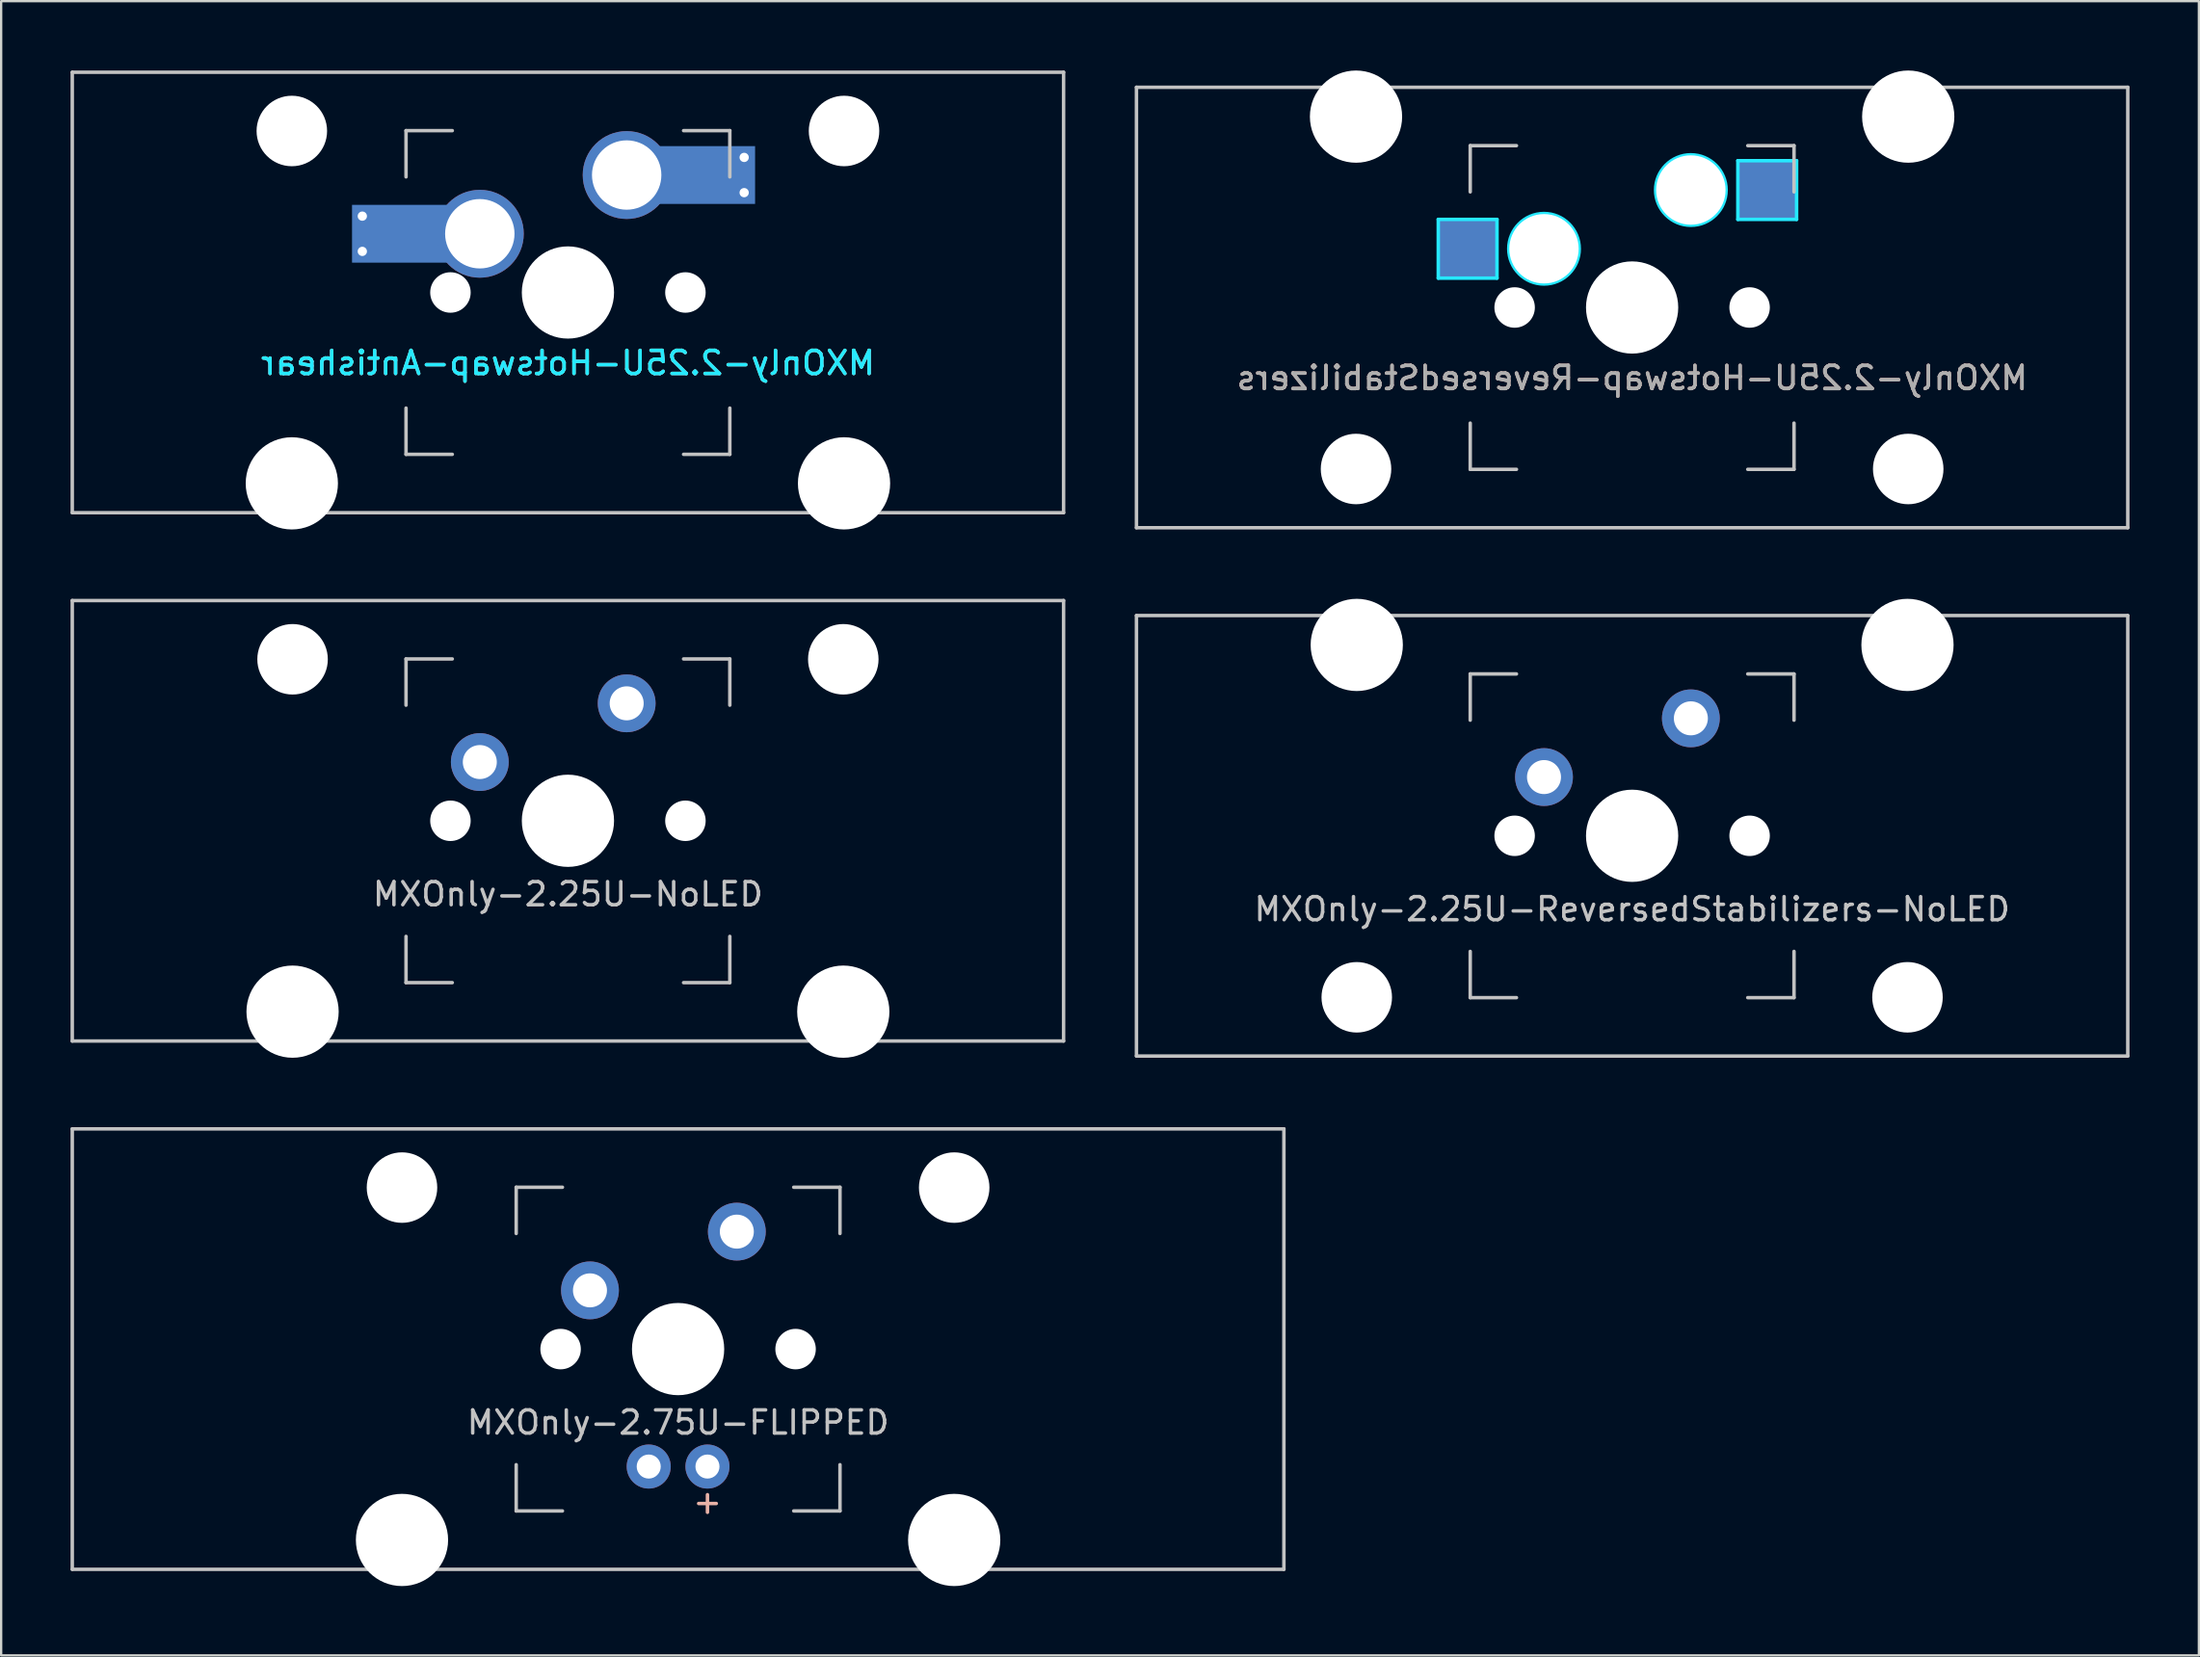
<source format=kicad_pcb>
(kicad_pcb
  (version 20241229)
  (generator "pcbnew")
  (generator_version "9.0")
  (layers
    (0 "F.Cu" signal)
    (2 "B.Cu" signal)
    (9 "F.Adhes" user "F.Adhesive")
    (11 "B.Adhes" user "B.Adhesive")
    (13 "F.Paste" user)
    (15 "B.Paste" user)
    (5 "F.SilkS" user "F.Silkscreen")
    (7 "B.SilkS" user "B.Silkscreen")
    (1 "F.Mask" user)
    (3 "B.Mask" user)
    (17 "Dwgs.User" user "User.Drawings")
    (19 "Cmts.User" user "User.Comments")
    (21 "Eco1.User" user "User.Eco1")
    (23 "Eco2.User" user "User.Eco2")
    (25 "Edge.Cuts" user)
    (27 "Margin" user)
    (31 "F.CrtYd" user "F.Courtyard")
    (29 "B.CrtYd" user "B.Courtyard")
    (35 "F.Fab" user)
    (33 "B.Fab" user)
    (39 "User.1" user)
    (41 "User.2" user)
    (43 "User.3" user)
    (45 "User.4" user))
  (footprint "MXOnly-2.75U-FLIPPED"
    (layer "F.Cu")
    (at 26.269 55.298)
    (property "Reference" "MXOnly-2.75U-FLIPPED" (at 0 3.175 0) (layer "Dwgs.User") (effects (font (size 1 1) (thickness 0.15))))
    (attr through_hole)
    (fp_line (start -26.194 -9.525) (end 26.194 -9.525) (stroke (width 0.15) (type solid)) (layer "Dwgs.User"))
    (fp_line (start -26.194 9.525) (end -26.194 -9.525) (stroke (width 0.15) (type solid)) (layer "Dwgs.User"))
    (fp_line (start -26.194 9.525) (end 26.194 9.525) (stroke (width 0.15) (type solid)) (layer "Dwgs.User"))
    (fp_line (start -7 -7) (end -7 -5) (stroke (width 0.15) (type solid)) (layer "Dwgs.User"))
    (fp_line (start -7 5) (end -7 7) (stroke (width 0.15) (type solid)) (layer "Dwgs.User"))
    (fp_line (start -7 7) (end -5 7) (stroke (width 0.15) (type solid)) (layer "Dwgs.User"))
    (fp_line (start -5 -7) (end -7 -7) (stroke (width 0.15) (type solid)) (layer "Dwgs.User"))
    (fp_line (start 5 -7) (end 7 -7) (stroke (width 0.15) (type solid)) (layer "Dwgs.User"))
    (fp_line (start 5 7) (end 7 7) (stroke (width 0.15) (type solid)) (layer "Dwgs.User"))
    (fp_line (start 7 -7) (end 7 -5) (stroke (width 0.15) (type solid)) (layer "Dwgs.User"))
    (fp_line (start 7 7) (end 7 5) (stroke (width 0.15) (type solid)) (layer "Dwgs.User"))
    (fp_line (start 26.194 -9.525) (end 26.194 9.525) (stroke (width 0.15) (type solid)) (layer "Dwgs.User"))
    (fp_text user "+" (at 1.27 6.604 0) (layer "B.SilkS") (effects (font (size 1 1) (thickness 0.15))))
    (pad "" np_thru_hole circle (at -11.938 -6.985) (size 3.048 3.048) (drill 3.048) (layers "*.Cu" "*.Mask"))
    (pad "" np_thru_hole circle (at -11.938 8.255) (size 3.988 3.988) (drill 3.988) (layers "*.Cu" "*.Mask"))
    (pad "" np_thru_hole circle (at -5.08 0 48.1) (size 1.75 1.75) (drill 1.75) (layers "*.Cu" "*.Mask"))
    (pad "" np_thru_hole circle (at 0 0) (size 3.988 3.988) (drill 3.988) (layers "*.Cu" "*.Mask"))
    (pad "" np_thru_hole circle (at 5.08 0 48.1) (size 1.75 1.75) (drill 1.75) (layers "*.Cu" "*.Mask"))
    (pad "" np_thru_hole circle (at 11.938 -6.985) (size 3.048 3.048) (drill 3.048) (layers "*.Cu" "*.Mask"))
    (pad "" np_thru_hole circle (at 11.938 8.255) (size 3.988 3.988) (drill 3.988) (layers "*.Cu" "*.Mask"))
    (pad "1" thru_hole circle (at -3.81 -2.54) (size 2.5 2.5) (drill 1.47) (layers "*.Cu" "*.Mask"))
    (pad "2" thru_hole circle (at 2.54 -5.08) (size 2.5 2.5) (drill 1.47) (layers "*.Cu" "*.Mask"))
    (pad "3" thru_hole circle (at 1.27 5.08) (size 1.905 1.905) (drill 1.04) (layers "*.Cu" "*.Mask"))
    (pad "4" thru_hole circle (at -1.27 5.08) (size 1.905 1.905) (drill 1.04) (layers "*.Cu" "*.Mask")))
  (footprint "MXOnly-2.25U-ReversedStabilizers-NoLED"
    (layer "F.Cu")
    (at 67.519 33.098)
    (property "Reference" "MXOnly-2.25U-ReversedStabilizers-NoLED" (at 0 3.175 0) (layer "Dwgs.User") (effects (font (size 1 1) (thickness 0.15))))
    (attr through_hole)
    (fp_line (start -21.431 -9.525) (end 21.431 -9.525) (stroke (width 0.15) (type solid)) (layer "Dwgs.User"))
    (fp_line (start -21.431 9.525) (end -21.431 -9.525) (stroke (width 0.15) (type solid)) (layer "Dwgs.User"))
    (fp_line (start -21.431 9.525) (end 21.431 9.525) (stroke (width 0.15) (type solid)) (layer "Dwgs.User"))
    (fp_line (start -7 -7) (end -7 -5) (stroke (width 0.15) (type solid)) (layer "Dwgs.User"))
    (fp_line (start -7 5) (end -7 7) (stroke (width 0.15) (type solid)) (layer "Dwgs.User"))
    (fp_line (start -7 7) (end -5 7) (stroke (width 0.15) (type solid)) (layer "Dwgs.User"))
    (fp_line (start -5 -7) (end -7 -7) (stroke (width 0.15) (type solid)) (layer "Dwgs.User"))
    (fp_line (start 5 -7) (end 7 -7) (stroke (width 0.15) (type solid)) (layer "Dwgs.User"))
    (fp_line (start 5 7) (end 7 7) (stroke (width 0.15) (type solid)) (layer "Dwgs.User"))
    (fp_line (start 7 -7) (end 7 -5) (stroke (width 0.15) (type solid)) (layer "Dwgs.User"))
    (fp_line (start 7 7) (end 7 5) (stroke (width 0.15) (type solid)) (layer "Dwgs.User"))
    (fp_line (start 21.431 -9.525) (end 21.431 9.525) (stroke (width 0.15) (type solid)) (layer "Dwgs.User"))
    (pad "" np_thru_hole circle (at -11.906 -8.255) (size 3.988 3.988) (drill 3.988) (layers "*.Cu" "*.Mask"))
    (pad "" np_thru_hole circle (at -11.906 6.985) (size 3.048 3.048) (drill 3.048) (layers "*.Cu" "*.Mask"))
    (pad "" np_thru_hole circle (at -5.08 0 48.1) (size 1.75 1.75) (drill 1.75) (layers "*.Cu" "*.Mask"))
    (pad "" np_thru_hole circle (at 0 0) (size 3.988 3.988) (drill 3.988) (layers "*.Cu" "*.Mask"))
    (pad "" np_thru_hole circle (at 5.08 0 48.1) (size 1.75 1.75) (drill 1.75) (layers "*.Cu" "*.Mask"))
    (pad "" np_thru_hole circle (at 11.906 -8.255) (size 3.988 3.988) (drill 3.988) (layers "*.Cu" "*.Mask"))
    (pad "" np_thru_hole circle (at 11.906 6.985) (size 3.048 3.048) (drill 3.048) (layers "*.Cu" "*.Mask"))
    (pad "1" thru_hole circle (at -3.81 -2.54) (size 2.5 2.5) (drill 1.47) (layers "*.Cu" "*.Mask"))
    (pad "2" thru_hole circle (at 2.54 -5.08) (size 2.5 2.5) (drill 1.47) (layers "*.Cu" "*.Mask")))
  (footprint "MXOnly-2.25U-NoLED"
    (layer "F.Cu")
    (at 21.506 32.449)
    (property "Reference" "MXOnly-2.25U-NoLED" (at 0 3.175 0) (layer "Dwgs.User") (effects (font (size 1 1) (thickness 0.15))))
    (attr through_hole)
    (fp_line (start -21.431 -9.525) (end 21.431 -9.525) (stroke (width 0.15) (type solid)) (layer "Dwgs.User"))
    (fp_line (start -21.431 9.525) (end -21.431 -9.525) (stroke (width 0.15) (type solid)) (layer "Dwgs.User"))
    (fp_line (start -21.431 9.525) (end 21.431 9.525) (stroke (width 0.15) (type solid)) (layer "Dwgs.User"))
    (fp_line (start -7 -7) (end -7 -5) (stroke (width 0.15) (type solid)) (layer "Dwgs.User"))
    (fp_line (start -7 5) (end -7 7) (stroke (width 0.15) (type solid)) (layer "Dwgs.User"))
    (fp_line (start -7 7) (end -5 7) (stroke (width 0.15) (type solid)) (layer "Dwgs.User"))
    (fp_line (start -5 -7) (end -7 -7) (stroke (width 0.15) (type solid)) (layer "Dwgs.User"))
    (fp_line (start 5 -7) (end 7 -7) (stroke (width 0.15) (type solid)) (layer "Dwgs.User"))
    (fp_line (start 5 7) (end 7 7) (stroke (width 0.15) (type solid)) (layer "Dwgs.User"))
    (fp_line (start 7 -7) (end 7 -5) (stroke (width 0.15) (type solid)) (layer "Dwgs.User"))
    (fp_line (start 7 7) (end 7 5) (stroke (width 0.15) (type solid)) (layer "Dwgs.User"))
    (fp_line (start 21.431 -9.525) (end 21.431 9.525) (stroke (width 0.15) (type solid)) (layer "Dwgs.User"))
    (pad "" np_thru_hole circle (at -11.906 -6.985) (size 3.048 3.048) (drill 3.048) (layers "*.Cu" "*.Mask"))
    (pad "" np_thru_hole circle (at -11.906 8.255) (size 3.988 3.988) (drill 3.988) (layers "*.Cu" "*.Mask"))
    (pad "" np_thru_hole circle (at -5.08 0 48.1) (size 1.75 1.75) (drill 1.75) (layers "*.Cu" "*.Mask"))
    (pad "" np_thru_hole circle (at 0 0) (size 3.988 3.988) (drill 3.988) (layers "*.Cu" "*.Mask"))
    (pad "" np_thru_hole circle (at 5.08 0 48.1) (size 1.75 1.75) (drill 1.75) (layers "*.Cu" "*.Mask"))
    (pad "" np_thru_hole circle (at 11.906 -6.985) (size 3.048 3.048) (drill 3.048) (layers "*.Cu" "*.Mask"))
    (pad "" np_thru_hole circle (at 11.906 8.255) (size 3.988 3.988) (drill 3.988) (layers "*.Cu" "*.Mask"))
    (pad "1" thru_hole circle (at -3.81 -2.54) (size 2.5 2.5) (drill 1.47) (layers "*.Cu" "*.Mask"))
    (pad "2" thru_hole circle (at 2.54 -5.08) (size 2.5 2.5) (drill 1.47) (layers "*.Cu" "*.Mask")))
  (footprint "MXOnly-2.25U-Hotswap-ReversedStabilizers"
    (layer "F.Cu")
    (at 67.519 10.249)
    (property "Reference" "MXOnly-2.25U-Hotswap-ReversedStabilizers" (at 0 3.048 0) (layer "F.Fab") (effects (font (size 1 1) (thickness 0.15)) (justify mirror)))
    (attr smd)
    (fp_line (start -21.431 -9.525) (end 21.431 -9.525) (stroke (width 0.15) (type solid)) (layer "Dwgs.User"))
    (fp_line (start -21.431 9.525) (end -21.431 -9.525) (stroke (width 0.15) (type solid)) (layer "Dwgs.User"))
    (fp_line (start -7 -7) (end -7 -5) (stroke (width 0.15) (type solid)) (layer "Dwgs.User"))
    (fp_line (start -7 5) (end -7 7) (stroke (width 0.15) (type solid)) (layer "Dwgs.User"))
    (fp_line (start -7 7) (end -5 7) (stroke (width 0.15) (type solid)) (layer "Dwgs.User"))
    (fp_line (start -5 -7) (end -7 -7) (stroke (width 0.15) (type solid)) (layer "Dwgs.User"))
    (fp_line (start 5 -7) (end 7 -7) (stroke (width 0.15) (type solid)) (layer "Dwgs.User"))
    (fp_line (start 5 7) (end 7 7) (stroke (width 0.15) (type solid)) (layer "Dwgs.User"))
    (fp_line (start 7 -7) (end 7 -5) (stroke (width 0.15) (type solid)) (layer "Dwgs.User"))
    (fp_line (start 7 7) (end 7 5) (stroke (width 0.15) (type solid)) (layer "Dwgs.User"))
    (fp_line (start 21.431 -9.525) (end 21.431 9.525) (stroke (width 0.15) (type solid)) (layer "Dwgs.User"))
    (fp_line (start 21.431 9.525) (end -21.431 9.525) (stroke (width 0.15) (type solid)) (layer "Dwgs.User"))
    (fp_line (start -8.382 -3.81) (end -5.842 -3.81) (stroke (width 0.15) (type solid)) (layer "B.CrtYd"))
    (fp_line (start -8.382 -1.27) (end -8.382 -3.81) (stroke (width 0.15) (type solid)) (layer "B.CrtYd"))
    (fp_line (start -5.842 -3.81) (end -5.842 -1.27) (stroke (width 0.15) (type solid)) (layer "B.CrtYd"))
    (fp_line (start -5.842 -1.27) (end -8.382 -1.27) (stroke (width 0.15) (type solid)) (layer "B.CrtYd"))
    (fp_line (start 4.572 -6.35) (end 7.112 -6.35) (stroke (width 0.15) (type solid)) (layer "B.CrtYd"))
    (fp_line (start 4.572 -3.81) (end 4.572 -6.35) (stroke (width 0.15) (type solid)) (layer "B.CrtYd"))
    (fp_line (start 7.112 -6.35) (end 7.112 -3.81) (stroke (width 0.15) (type solid)) (layer "B.CrtYd"))
    (fp_line (start 7.112 -3.81) (end 4.572 -3.81) (stroke (width 0.15) (type solid)) (layer "B.CrtYd"))
    (fp_circle (center -3.81 -2.54) (end -3.81 -4.064) (stroke (width 0.15) (type solid)) (fill no) (layer "B.CrtYd"))
    (fp_circle (center 2.54 -5.08) (end 2.54 -6.604) (stroke (width 0.15) (type solid)) (fill no) (layer "B.CrtYd"))
    (fp_text user "${REFERENCE}" (at 0 3.048 0) (layer "B.SilkS") (effects (font (size 1 1) (thickness 0.15)) (justify mirror)))
    (pad "" np_thru_hole circle (at -11.938 -8.255) (size 3.988 3.988) (drill 3.988) (layers "*.Cu" "*.Mask"))
    (pad "" np_thru_hole circle (at -11.938 6.985) (size 3.048 3.048) (drill 3.048) (layers "*.Cu" "*.Mask"))
    (pad "" np_thru_hole circle (at -5.08 0 48.1) (size 1.75 1.75) (drill 1.75) (layers "*.Cu" "*.Mask"))
    (pad "" np_thru_hole circle (at -3.81 -2.54) (size 3 3) (drill 3) (layers "*.Cu" "*.Mask"))
    (pad "" np_thru_hole circle (at 0 0) (size 3.988 3.988) (drill 3.988) (layers "*.Cu" "*.Mask"))
    (pad "" np_thru_hole circle (at 2.54 -5.08) (size 3 3) (drill 3) (layers "*.Cu" "*.Mask"))
    (pad "" np_thru_hole circle (at 5.08 0 48.1) (size 1.75 1.75) (drill 1.75) (layers "*.Cu" "*.Mask"))
    (pad "" np_thru_hole circle (at 11.938 -8.255) (size 3.988 3.988) (drill 3.988) (layers "*.Cu" "*.Mask"))
    (pad "" np_thru_hole circle (at 11.938 6.985) (size 3.048 3.048) (drill 3.048) (layers "*.Cu" "*.Mask"))
    (pad "1" smd rect (at -7.085 -2.54) (size 2.55 2.5) (layers "B.Cu" "B.Mask" "B.Paste"))
    (pad "2" smd rect (at 5.842 -5.08) (size 2.55 2.5) (layers "B.Cu" "B.Mask" "B.Paste")))
  (footprint "MXOnly-2.25U-Hotswap-Antishear"
    (layer "F.Cu")
    (at 21.506 9.6)
    (property "Reference" "MXOnly-2.25U-Hotswap-Antishear" (at 0 3.048 0) (layer "B.CrtYd") (effects (font (size 1 1) (thickness 0.15)) (justify mirror)))
    (attr smd)
    (fp_line (start -21.431 -9.525) (end 21.431 -9.525) (stroke (width 0.15) (type solid)) (layer "Dwgs.User"))
    (fp_line (start -21.431 9.525) (end -21.431 -9.525) (stroke (width 0.15) (type solid)) (layer "Dwgs.User"))
    (fp_line (start -7 -7) (end -7 -5) (stroke (width 0.15) (type solid)) (layer "Dwgs.User"))
    (fp_line (start -7 5) (end -7 7) (stroke (width 0.15) (type solid)) (layer "Dwgs.User"))
    (fp_line (start -7 7) (end -5 7) (stroke (width 0.15) (type solid)) (layer "Dwgs.User"))
    (fp_line (start -5 -7) (end -7 -7) (stroke (width 0.15) (type solid)) (layer "Dwgs.User"))
    (fp_line (start 5 -7) (end 7 -7) (stroke (width 0.15) (type solid)) (layer "Dwgs.User"))
    (fp_line (start 5 7) (end 7 7) (stroke (width 0.15) (type solid)) (layer "Dwgs.User"))
    (fp_line (start 7 -7) (end 7 -5) (stroke (width 0.15) (type solid)) (layer "Dwgs.User"))
    (fp_line (start 7 7) (end 7 5) (stroke (width 0.15) (type solid)) (layer "Dwgs.User"))
    (fp_line (start 21.431 -9.525) (end 21.431 9.525) (stroke (width 0.15) (type solid)) (layer "Dwgs.User"))
    (fp_line (start 21.431 9.525) (end -21.431 9.525) (stroke (width 0.15) (type solid)) (layer "Dwgs.User"))
    (fp_text user "${REFERENCE}" (at 0 3.048 0) (layer "B.SilkS") (effects (font (size 1 1) (thickness 0.15)) (justify mirror)))
    (pad "" np_thru_hole circle (at -11.938 -6.985) (size 3.048 3.048) (drill 3.048) (layers "*.Cu" "*.Mask"))
    (pad "" np_thru_hole circle (at -11.938 8.255) (size 3.988 3.988) (drill 3.988) (layers "*.Cu" "*.Mask"))
    (pad "" smd rect (at -7.085 -2.54) (size 2.55 2.5) (layers "B.Mask" "B.Paste"))
    (pad "" np_thru_hole circle (at -5.08 0 48.1) (size 1.75 1.75) (drill 1.75) (layers "*.Cu" "*.Mask"))
    (pad "" np_thru_hole circle (at 0 0) (size 3.988 3.988) (drill 3.988) (layers "*.Cu" "*.Mask"))
    (pad "" np_thru_hole circle (at 5.08 0 48.1) (size 1.75 1.75) (drill 1.75) (layers "*.Cu" "*.Mask"))
    (pad "" smd rect (at 5.815 -5.08) (size 2.55 2.5) (layers "B.Mask" "B.Paste"))
    (pad "" np_thru_hole circle (at 11.938 -6.985) (size 3.048 3.048) (drill 3.048) (layers "*.Cu" "*.Mask"))
    (pad "" np_thru_hole circle (at 11.938 8.255) (size 3.988 3.988) (drill 3.988) (layers "*.Cu" "*.Mask"))
    (pad "1" thru_hole circle (at -8.89 -3.302) (size 0.8 0.8) (drill 0.4) (layers "*.Cu"))
    (pad "1" thru_hole circle (at -8.89 -1.778) (size 0.8 0.8) (drill 0.4) (layers "*.Cu"))
    (pad "1" smd rect (at -7.085 -2.54) (size 4.5 2.5) (layers "B.Cu"))
    (pad "1" thru_hole circle (at -3.81 -2.54) (size 3.8 3.8) (drill 3) (layers "*.Cu"))
    (pad "2" thru_hole circle (at 2.54 -5.08) (size 3.8 3.8) (drill 3) (layers "*.Cu"))
    (pad "2" smd rect (at 5.842 -5.08) (size 4.5 2.5) (layers "B.Cu"))
    (pad "2" thru_hole circle (at 7.62 -5.842) (size 0.8 0.8) (drill 0.4) (layers "*.Cu"))
    (pad "2" thru_hole circle (at 7.62 -4.318) (size 0.8 0.8) (drill 0.4) (layers "*.Cu")))
  (gr_rect
    (start -3 -3)
    (end 92.025 68.547)
    (stroke (width 0.1) (type default))
    (fill no)
    (layer "Edge.Cuts")))
</source>
